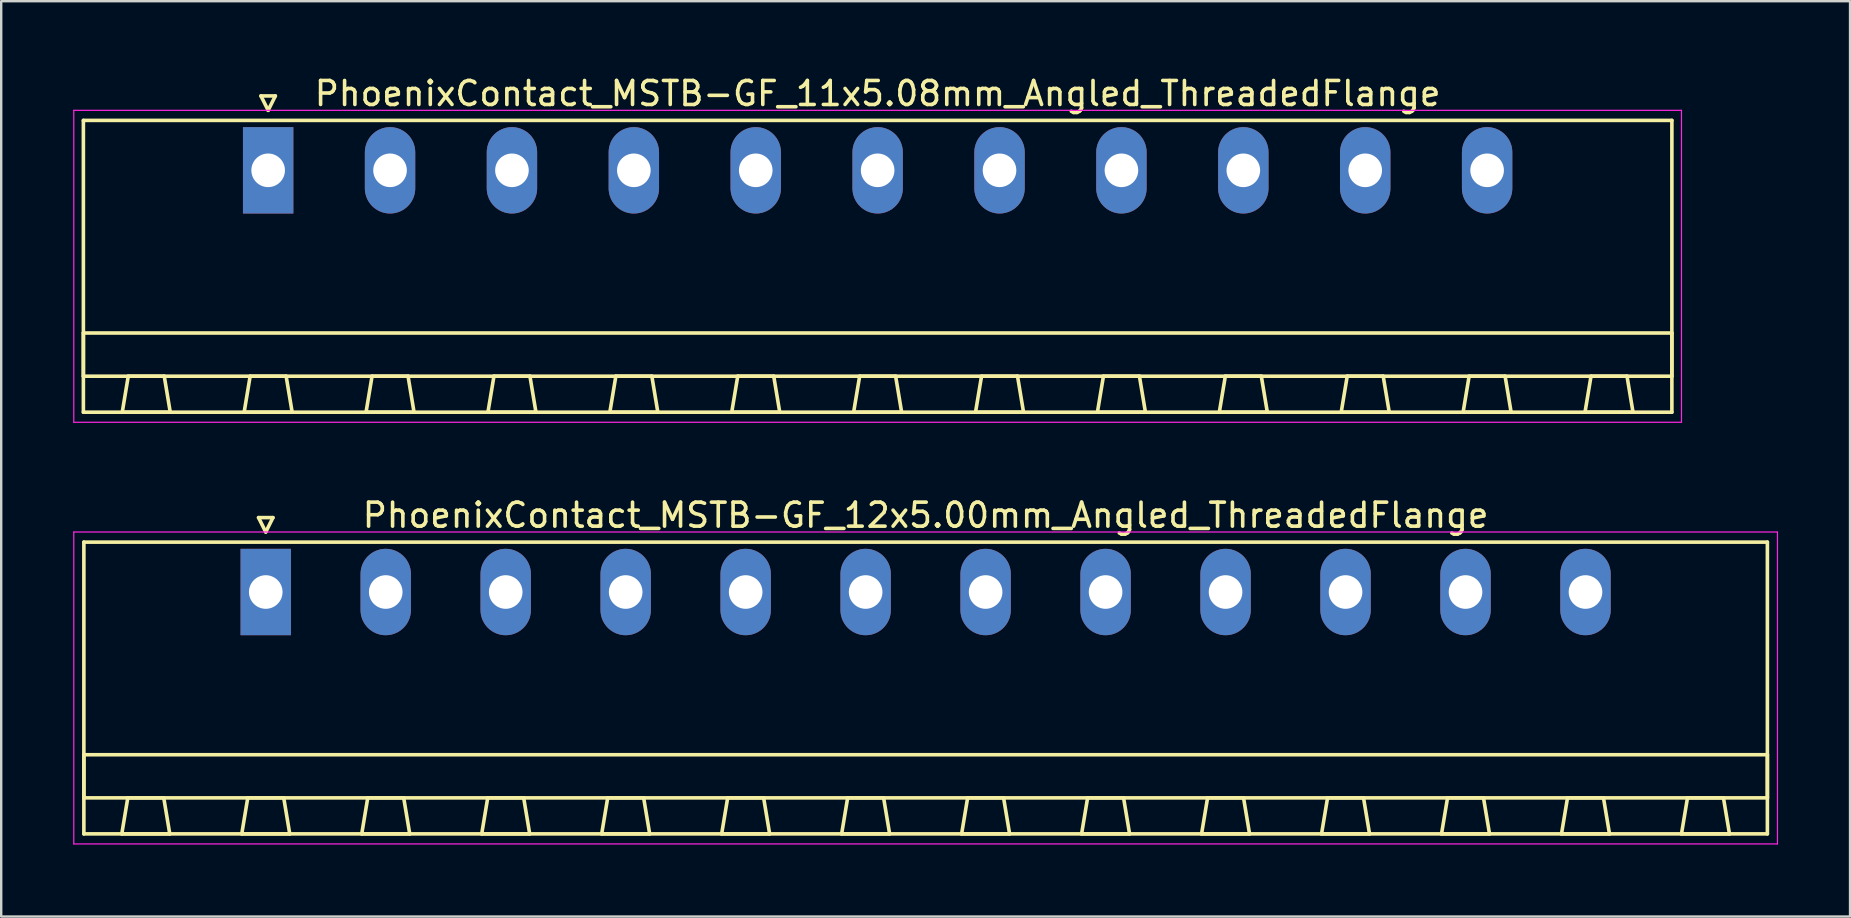
<source format=kicad_pcb>
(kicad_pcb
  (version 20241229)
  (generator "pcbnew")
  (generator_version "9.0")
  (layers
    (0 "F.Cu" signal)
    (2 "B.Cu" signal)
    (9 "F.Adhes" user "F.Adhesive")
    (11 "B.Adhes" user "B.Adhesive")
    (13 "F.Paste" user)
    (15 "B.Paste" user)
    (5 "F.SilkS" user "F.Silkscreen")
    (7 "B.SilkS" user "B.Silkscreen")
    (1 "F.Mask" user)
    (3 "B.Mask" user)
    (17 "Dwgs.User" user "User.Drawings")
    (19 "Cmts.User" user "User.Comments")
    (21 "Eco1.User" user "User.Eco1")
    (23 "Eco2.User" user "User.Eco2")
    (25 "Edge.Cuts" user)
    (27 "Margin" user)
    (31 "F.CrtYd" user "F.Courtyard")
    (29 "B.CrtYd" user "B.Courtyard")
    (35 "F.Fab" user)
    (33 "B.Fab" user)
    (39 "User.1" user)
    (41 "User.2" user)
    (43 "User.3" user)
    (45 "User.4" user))
  (footprint "PhoenixContact_MSTB-GF_11x5.08mm_Angled_ThreadedFlange"
    (layer "F.Cu")
    (at 8.125 4.048)
    (property "Reference" "PhoenixContact_MSTB-GF_11x5.08mm_Angled_ThreadedFlange" (at 25.4 -3.2 0) (layer "F.SilkS") (effects (font (size 1 1) (thickness 0.15))))
    (attr through_hole)
    (fp_line (start -7.7 -2.08) (end -7.7 10.08) (stroke (width 0.15) (type solid)) (layer "F.SilkS"))
    (fp_line (start -7.7 6.78) (end 58.5 6.78) (stroke (width 0.15) (type solid)) (layer "F.SilkS"))
    (fp_line (start -7.7 8.58) (end -7.7 6.78) (stroke (width 0.15) (type solid)) (layer "F.SilkS"))
    (fp_line (start -7.7 10.08) (end 58.5 10.08) (stroke (width 0.15) (type solid)) (layer "F.SilkS"))
    (fp_line (start -6.08 10.08) (end -4.08 10.08) (stroke (width 0.15) (type solid)) (layer "F.SilkS"))
    (fp_line (start -5.83 8.58) (end -6.08 10.08) (stroke (width 0.15) (type solid)) (layer "F.SilkS"))
    (fp_line (start -4.33 8.58) (end -5.83 8.58) (stroke (width 0.15) (type solid)) (layer "F.SilkS"))
    (fp_line (start -4.08 10.08) (end -4.33 8.58) (stroke (width 0.15) (type solid)) (layer "F.SilkS"))
    (fp_line (start -1 10.08) (end 1 10.08) (stroke (width 0.15) (type solid)) (layer "F.SilkS"))
    (fp_line (start -0.75 8.58) (end -1 10.08) (stroke (width 0.15) (type solid)) (layer "F.SilkS"))
    (fp_line (start -0.3 -3.1) (end 0 -2.5) (stroke (width 0.15) (type solid)) (layer "F.SilkS"))
    (fp_line (start 0 -2.5) (end 0.3 -3.1) (stroke (width 0.15) (type solid)) (layer "F.SilkS"))
    (fp_line (start 0.3 -3.1) (end -0.3 -3.1) (stroke (width 0.15) (type solid)) (layer "F.SilkS"))
    (fp_line (start 0.75 8.58) (end -0.75 8.58) (stroke (width 0.15) (type solid)) (layer "F.SilkS"))
    (fp_line (start 1 10.08) (end 0.75 8.58) (stroke (width 0.15) (type solid)) (layer "F.SilkS"))
    (fp_line (start 4.08 10.08) (end 6.08 10.08) (stroke (width 0.15) (type solid)) (layer "F.SilkS"))
    (fp_line (start 4.33 8.58) (end 4.08 10.08) (stroke (width 0.15) (type solid)) (layer "F.SilkS"))
    (fp_line (start 5.83 8.58) (end 4.33 8.58) (stroke (width 0.15) (type solid)) (layer "F.SilkS"))
    (fp_line (start 6.08 10.08) (end 5.83 8.58) (stroke (width 0.15) (type solid)) (layer "F.SilkS"))
    (fp_line (start 9.16 10.08) (end 11.16 10.08) (stroke (width 0.15) (type solid)) (layer "F.SilkS"))
    (fp_line (start 9.41 8.58) (end 9.16 10.08) (stroke (width 0.15) (type solid)) (layer "F.SilkS"))
    (fp_line (start 10.91 8.58) (end 9.41 8.58) (stroke (width 0.15) (type solid)) (layer "F.SilkS"))
    (fp_line (start 11.16 10.08) (end 10.91 8.58) (stroke (width 0.15) (type solid)) (layer "F.SilkS"))
    (fp_line (start 14.24 10.08) (end 16.24 10.08) (stroke (width 0.15) (type solid)) (layer "F.SilkS"))
    (fp_line (start 14.49 8.58) (end 14.24 10.08) (stroke (width 0.15) (type solid)) (layer "F.SilkS"))
    (fp_line (start 15.99 8.58) (end 14.49 8.58) (stroke (width 0.15) (type solid)) (layer "F.SilkS"))
    (fp_line (start 16.24 10.08) (end 15.99 8.58) (stroke (width 0.15) (type solid)) (layer "F.SilkS"))
    (fp_line (start 19.32 10.08) (end 21.32 10.08) (stroke (width 0.15) (type solid)) (layer "F.SilkS"))
    (fp_line (start 19.57 8.58) (end 19.32 10.08) (stroke (width 0.15) (type solid)) (layer "F.SilkS"))
    (fp_line (start 21.07 8.58) (end 19.57 8.58) (stroke (width 0.15) (type solid)) (layer "F.SilkS"))
    (fp_line (start 21.32 10.08) (end 21.07 8.58) (stroke (width 0.15) (type solid)) (layer "F.SilkS"))
    (fp_line (start 24.4 10.08) (end 26.4 10.08) (stroke (width 0.15) (type solid)) (layer "F.SilkS"))
    (fp_line (start 24.65 8.58) (end 24.4 10.08) (stroke (width 0.15) (type solid)) (layer "F.SilkS"))
    (fp_line (start 26.15 8.58) (end 24.65 8.58) (stroke (width 0.15) (type solid)) (layer "F.SilkS"))
    (fp_line (start 26.4 10.08) (end 26.15 8.58) (stroke (width 0.15) (type solid)) (layer "F.SilkS"))
    (fp_line (start 29.48 10.08) (end 31.48 10.08) (stroke (width 0.15) (type solid)) (layer "F.SilkS"))
    (fp_line (start 29.73 8.58) (end 29.48 10.08) (stroke (width 0.15) (type solid)) (layer "F.SilkS"))
    (fp_line (start 31.23 8.58) (end 29.73 8.58) (stroke (width 0.15) (type solid)) (layer "F.SilkS"))
    (fp_line (start 31.48 10.08) (end 31.23 8.58) (stroke (width 0.15) (type solid)) (layer "F.SilkS"))
    (fp_line (start 34.56 10.08) (end 36.56 10.08) (stroke (width 0.15) (type solid)) (layer "F.SilkS"))
    (fp_line (start 34.81 8.58) (end 34.56 10.08) (stroke (width 0.15) (type solid)) (layer "F.SilkS"))
    (fp_line (start 36.31 8.58) (end 34.81 8.58) (stroke (width 0.15) (type solid)) (layer "F.SilkS"))
    (fp_line (start 36.56 10.08) (end 36.31 8.58) (stroke (width 0.15) (type solid)) (layer "F.SilkS"))
    (fp_line (start 39.64 10.08) (end 41.64 10.08) (stroke (width 0.15) (type solid)) (layer "F.SilkS"))
    (fp_line (start 39.89 8.58) (end 39.64 10.08) (stroke (width 0.15) (type solid)) (layer "F.SilkS"))
    (fp_line (start 41.39 8.58) (end 39.89 8.58) (stroke (width 0.15) (type solid)) (layer "F.SilkS"))
    (fp_line (start 41.64 10.08) (end 41.39 8.58) (stroke (width 0.15) (type solid)) (layer "F.SilkS"))
    (fp_line (start 44.72 10.08) (end 46.72 10.08) (stroke (width 0.15) (type solid)) (layer "F.SilkS"))
    (fp_line (start 44.97 8.58) (end 44.72 10.08) (stroke (width 0.15) (type solid)) (layer "F.SilkS"))
    (fp_line (start 46.47 8.58) (end 44.97 8.58) (stroke (width 0.15) (type solid)) (layer "F.SilkS"))
    (fp_line (start 46.72 10.08) (end 46.47 8.58) (stroke (width 0.15) (type solid)) (layer "F.SilkS"))
    (fp_line (start 49.8 10.08) (end 51.8 10.08) (stroke (width 0.15) (type solid)) (layer "F.SilkS"))
    (fp_line (start 50.05 8.58) (end 49.8 10.08) (stroke (width 0.15) (type solid)) (layer "F.SilkS"))
    (fp_line (start 51.55 8.58) (end 50.05 8.58) (stroke (width 0.15) (type solid)) (layer "F.SilkS"))
    (fp_line (start 51.8 10.08) (end 51.55 8.58) (stroke (width 0.15) (type solid)) (layer "F.SilkS"))
    (fp_line (start 54.88 10.08) (end 56.88 10.08) (stroke (width 0.15) (type solid)) (layer "F.SilkS"))
    (fp_line (start 55.13 8.58) (end 54.88 10.08) (stroke (width 0.15) (type solid)) (layer "F.SilkS"))
    (fp_line (start 56.63 8.58) (end 55.13 8.58) (stroke (width 0.15) (type solid)) (layer "F.SilkS"))
    (fp_line (start 56.88 10.08) (end 56.63 8.58) (stroke (width 0.15) (type solid)) (layer "F.SilkS"))
    (fp_line (start 58.5 -2.08) (end -7.7 -2.08) (stroke (width 0.15) (type solid)) (layer "F.SilkS"))
    (fp_line (start 58.5 6.78) (end 58.5 8.58) (stroke (width 0.15) (type solid)) (layer "F.SilkS"))
    (fp_line (start 58.5 8.58) (end -7.7 8.58) (stroke (width 0.15) (type solid)) (layer "F.SilkS"))
    (fp_line (start 58.5 10.08) (end 58.5 -2.08) (stroke (width 0.15) (type solid)) (layer "F.SilkS"))
    (fp_line (start -8.1 -2.5) (end -8.1 10.5) (stroke (width 0.05) (type solid)) (layer "F.CrtYd"))
    (fp_line (start -8.1 10.5) (end 58.9 10.5) (stroke (width 0.05) (type solid)) (layer "F.CrtYd"))
    (fp_line (start 58.9 -2.5) (end -8.1 -2.5) (stroke (width 0.05) (type solid)) (layer "F.CrtYd"))
    (fp_line (start 58.9 10.5) (end 58.9 -2.5) (stroke (width 0.05) (type solid)) (layer "F.CrtYd"))
    (pad "1" thru_hole rect (at 0 0) (size 2.1 3.6) (drill 1.4) (layers "*.Cu" "*.Mask"))
    (pad "2" thru_hole oval (at 5.08 0) (size 2.1 3.6) (drill 1.4) (layers "*.Cu" "*.Mask"))
    (pad "3" thru_hole oval (at 10.16 0) (size 2.1 3.6) (drill 1.4) (layers "*.Cu" "*.Mask"))
    (pad "4" thru_hole oval (at 15.24 0) (size 2.1 3.6) (drill 1.4) (layers "*.Cu" "*.Mask"))
    (pad "5" thru_hole oval (at 20.32 0) (size 2.1 3.6) (drill 1.4) (layers "*.Cu" "*.Mask"))
    (pad "6" thru_hole oval (at 25.4 0) (size 2.1 3.6) (drill 1.4) (layers "*.Cu" "*.Mask"))
    (pad "7" thru_hole oval (at 30.48 0) (size 2.1 3.6) (drill 1.4) (layers "*.Cu" "*.Mask"))
    (pad "8" thru_hole oval (at 35.56 0) (size 2.1 3.6) (drill 1.4) (layers "*.Cu" "*.Mask"))
    (pad "9" thru_hole oval (at 40.64 0) (size 2.1 3.6) (drill 1.4) (layers "*.Cu" "*.Mask"))
    (pad "10" thru_hole oval (at 45.72 0) (size 2.1 3.6) (drill 1.4) (layers "*.Cu" "*.Mask"))
    (pad "11" thru_hole oval (at 50.8 0) (size 2.1 3.6) (drill 1.4) (layers "*.Cu" "*.Mask")))
  (footprint "PhoenixContact_MSTB-GF_12x5.00mm_Angled_ThreadedFlange"
    (layer "F.Cu")
    (at 8.025 21.622)
    (property "Reference" "PhoenixContact_MSTB-GF_12x5.00mm_Angled_ThreadedFlange" (at 27.5 -3.2 0) (layer "F.SilkS") (effects (font (size 1 1) (thickness 0.15))))
    (attr through_hole)
    (fp_line (start -7.58 -2.08) (end -7.58 10.08) (stroke (width 0.15) (type solid)) (layer "F.SilkS"))
    (fp_line (start -7.58 6.78) (end 62.58 6.78) (stroke (width 0.15) (type solid)) (layer "F.SilkS"))
    (fp_line (start -7.58 8.58) (end -7.58 6.78) (stroke (width 0.15) (type solid)) (layer "F.SilkS"))
    (fp_line (start -7.58 10.08) (end 62.58 10.08) (stroke (width 0.15) (type solid)) (layer "F.SilkS"))
    (fp_line (start -6 10.08) (end -4 10.08) (stroke (width 0.15) (type solid)) (layer "F.SilkS"))
    (fp_line (start -5.75 8.58) (end -6 10.08) (stroke (width 0.15) (type solid)) (layer "F.SilkS"))
    (fp_line (start -4.25 8.58) (end -5.75 8.58) (stroke (width 0.15) (type solid)) (layer "F.SilkS"))
    (fp_line (start -4 10.08) (end -4.25 8.58) (stroke (width 0.15) (type solid)) (layer "F.SilkS"))
    (fp_line (start -1 10.08) (end 1 10.08) (stroke (width 0.15) (type solid)) (layer "F.SilkS"))
    (fp_line (start -0.75 8.58) (end -1 10.08) (stroke (width 0.15) (type solid)) (layer "F.SilkS"))
    (fp_line (start -0.3 -3.1) (end 0 -2.5) (stroke (width 0.15) (type solid)) (layer "F.SilkS"))
    (fp_line (start 0 -2.5) (end 0.3 -3.1) (stroke (width 0.15) (type solid)) (layer "F.SilkS"))
    (fp_line (start 0.3 -3.1) (end -0.3 -3.1) (stroke (width 0.15) (type solid)) (layer "F.SilkS"))
    (fp_line (start 0.75 8.58) (end -0.75 8.58) (stroke (width 0.15) (type solid)) (layer "F.SilkS"))
    (fp_line (start 1 10.08) (end 0.75 8.58) (stroke (width 0.15) (type solid)) (layer "F.SilkS"))
    (fp_line (start 4 10.08) (end 6 10.08) (stroke (width 0.15) (type solid)) (layer "F.SilkS"))
    (fp_line (start 4.25 8.58) (end 4 10.08) (stroke (width 0.15) (type solid)) (layer "F.SilkS"))
    (fp_line (start 5.75 8.58) (end 4.25 8.58) (stroke (width 0.15) (type solid)) (layer "F.SilkS"))
    (fp_line (start 6 10.08) (end 5.75 8.58) (stroke (width 0.15) (type solid)) (layer "F.SilkS"))
    (fp_line (start 9 10.08) (end 11 10.08) (stroke (width 0.15) (type solid)) (layer "F.SilkS"))
    (fp_line (start 9.25 8.58) (end 9 10.08) (stroke (width 0.15) (type solid)) (layer "F.SilkS"))
    (fp_line (start 10.75 8.58) (end 9.25 8.58) (stroke (width 0.15) (type solid)) (layer "F.SilkS"))
    (fp_line (start 11 10.08) (end 10.75 8.58) (stroke (width 0.15) (type solid)) (layer "F.SilkS"))
    (fp_line (start 14 10.08) (end 16 10.08) (stroke (width 0.15) (type solid)) (layer "F.SilkS"))
    (fp_line (start 14.25 8.58) (end 14 10.08) (stroke (width 0.15) (type solid)) (layer "F.SilkS"))
    (fp_line (start 15.75 8.58) (end 14.25 8.58) (stroke (width 0.15) (type solid)) (layer "F.SilkS"))
    (fp_line (start 16 10.08) (end 15.75 8.58) (stroke (width 0.15) (type solid)) (layer "F.SilkS"))
    (fp_line (start 19 10.08) (end 21 10.08) (stroke (width 0.15) (type solid)) (layer "F.SilkS"))
    (fp_line (start 19.25 8.58) (end 19 10.08) (stroke (width 0.15) (type solid)) (layer "F.SilkS"))
    (fp_line (start 20.75 8.58) (end 19.25 8.58) (stroke (width 0.15) (type solid)) (layer "F.SilkS"))
    (fp_line (start 21 10.08) (end 20.75 8.58) (stroke (width 0.15) (type solid)) (layer "F.SilkS"))
    (fp_line (start 24 10.08) (end 26 10.08) (stroke (width 0.15) (type solid)) (layer "F.SilkS"))
    (fp_line (start 24.25 8.58) (end 24 10.08) (stroke (width 0.15) (type solid)) (layer "F.SilkS"))
    (fp_line (start 25.75 8.58) (end 24.25 8.58) (stroke (width 0.15) (type solid)) (layer "F.SilkS"))
    (fp_line (start 26 10.08) (end 25.75 8.58) (stroke (width 0.15) (type solid)) (layer "F.SilkS"))
    (fp_line (start 29 10.08) (end 31 10.08) (stroke (width 0.15) (type solid)) (layer "F.SilkS"))
    (fp_line (start 29.25 8.58) (end 29 10.08) (stroke (width 0.15) (type solid)) (layer "F.SilkS"))
    (fp_line (start 30.75 8.58) (end 29.25 8.58) (stroke (width 0.15) (type solid)) (layer "F.SilkS"))
    (fp_line (start 31 10.08) (end 30.75 8.58) (stroke (width 0.15) (type solid)) (layer "F.SilkS"))
    (fp_line (start 34 10.08) (end 36 10.08) (stroke (width 0.15) (type solid)) (layer "F.SilkS"))
    (fp_line (start 34.25 8.58) (end 34 10.08) (stroke (width 0.15) (type solid)) (layer "F.SilkS"))
    (fp_line (start 35.75 8.58) (end 34.25 8.58) (stroke (width 0.15) (type solid)) (layer "F.SilkS"))
    (fp_line (start 36 10.08) (end 35.75 8.58) (stroke (width 0.15) (type solid)) (layer "F.SilkS"))
    (fp_line (start 39 10.08) (end 41 10.08) (stroke (width 0.15) (type solid)) (layer "F.SilkS"))
    (fp_line (start 39.25 8.58) (end 39 10.08) (stroke (width 0.15) (type solid)) (layer "F.SilkS"))
    (fp_line (start 40.75 8.58) (end 39.25 8.58) (stroke (width 0.15) (type solid)) (layer "F.SilkS"))
    (fp_line (start 41 10.08) (end 40.75 8.58) (stroke (width 0.15) (type solid)) (layer "F.SilkS"))
    (fp_line (start 44 10.08) (end 46 10.08) (stroke (width 0.15) (type solid)) (layer "F.SilkS"))
    (fp_line (start 44.25 8.58) (end 44 10.08) (stroke (width 0.15) (type solid)) (layer "F.SilkS"))
    (fp_line (start 45.75 8.58) (end 44.25 8.58) (stroke (width 0.15) (type solid)) (layer "F.SilkS"))
    (fp_line (start 46 10.08) (end 45.75 8.58) (stroke (width 0.15) (type solid)) (layer "F.SilkS"))
    (fp_line (start 49 10.08) (end 51 10.08) (stroke (width 0.15) (type solid)) (layer "F.SilkS"))
    (fp_line (start 49.25 8.58) (end 49 10.08) (stroke (width 0.15) (type solid)) (layer "F.SilkS"))
    (fp_line (start 50.75 8.58) (end 49.25 8.58) (stroke (width 0.15) (type solid)) (layer "F.SilkS"))
    (fp_line (start 51 10.08) (end 50.75 8.58) (stroke (width 0.15) (type solid)) (layer "F.SilkS"))
    (fp_line (start 54 10.08) (end 56 10.08) (stroke (width 0.15) (type solid)) (layer "F.SilkS"))
    (fp_line (start 54.25 8.58) (end 54 10.08) (stroke (width 0.15) (type solid)) (layer "F.SilkS"))
    (fp_line (start 55.75 8.58) (end 54.25 8.58) (stroke (width 0.15) (type solid)) (layer "F.SilkS"))
    (fp_line (start 56 10.08) (end 55.75 8.58) (stroke (width 0.15) (type solid)) (layer "F.SilkS"))
    (fp_line (start 59 10.08) (end 61 10.08) (stroke (width 0.15) (type solid)) (layer "F.SilkS"))
    (fp_line (start 59.25 8.58) (end 59 10.08) (stroke (width 0.15) (type solid)) (layer "F.SilkS"))
    (fp_line (start 60.75 8.58) (end 59.25 8.58) (stroke (width 0.15) (type solid)) (layer "F.SilkS"))
    (fp_line (start 61 10.08) (end 60.75 8.58) (stroke (width 0.15) (type solid)) (layer "F.SilkS"))
    (fp_line (start 62.58 -2.08) (end -7.58 -2.08) (stroke (width 0.15) (type solid)) (layer "F.SilkS"))
    (fp_line (start 62.58 6.78) (end 62.58 8.58) (stroke (width 0.15) (type solid)) (layer "F.SilkS"))
    (fp_line (start 62.58 8.58) (end -7.58 8.58) (stroke (width 0.15) (type solid)) (layer "F.SilkS"))
    (fp_line (start 62.58 10.08) (end 62.58 -2.08) (stroke (width 0.15) (type solid)) (layer "F.SilkS"))
    (fp_line (start -8 -2.5) (end -8 10.5) (stroke (width 0.05) (type solid)) (layer "F.CrtYd"))
    (fp_line (start -8 10.5) (end 63 10.5) (stroke (width 0.05) (type solid)) (layer "F.CrtYd"))
    (fp_line (start 63 -2.5) (end -8 -2.5) (stroke (width 0.05) (type solid)) (layer "F.CrtYd"))
    (fp_line (start 63 10.5) (end 63 -2.5) (stroke (width 0.05) (type solid)) (layer "F.CrtYd"))
    (pad "1" thru_hole rect (at 0 0) (size 2.1 3.6) (drill 1.4) (layers "*.Cu" "*.Mask"))
    (pad "2" thru_hole oval (at 5 0) (size 2.1 3.6) (drill 1.4) (layers "*.Cu" "*.Mask"))
    (pad "3" thru_hole oval (at 10 0) (size 2.1 3.6) (drill 1.4) (layers "*.Cu" "*.Mask"))
    (pad "4" thru_hole oval (at 15 0) (size 2.1 3.6) (drill 1.4) (layers "*.Cu" "*.Mask"))
    (pad "5" thru_hole oval (at 20 0) (size 2.1 3.6) (drill 1.4) (layers "*.Cu" "*.Mask"))
    (pad "6" thru_hole oval (at 25 0) (size 2.1 3.6) (drill 1.4) (layers "*.Cu" "*.Mask"))
    (pad "7" thru_hole oval (at 30 0) (size 2.1 3.6) (drill 1.4) (layers "*.Cu" "*.Mask"))
    (pad "8" thru_hole oval (at 35 0) (size 2.1 3.6) (drill 1.4) (layers "*.Cu" "*.Mask"))
    (pad "9" thru_hole oval (at 40 0) (size 2.1 3.6) (drill 1.4) (layers "*.Cu" "*.Mask"))
    (pad "10" thru_hole oval (at 45 0) (size 2.1 3.6) (drill 1.4) (layers "*.Cu" "*.Mask"))
    (pad "11" thru_hole oval (at 50 0) (size 2.1 3.6) (drill 1.4) (layers "*.Cu" "*.Mask"))
    (pad "12" thru_hole oval (at 55 0) (size 2.1 3.6) (drill 1.4) (layers "*.Cu" "*.Mask")))
  (gr_rect
    (start -3 -3)
    (end 74.05 35.147)
    (stroke (width 0.1) (type default))
    (fill no)
    (layer "Edge.Cuts")))
</source>
